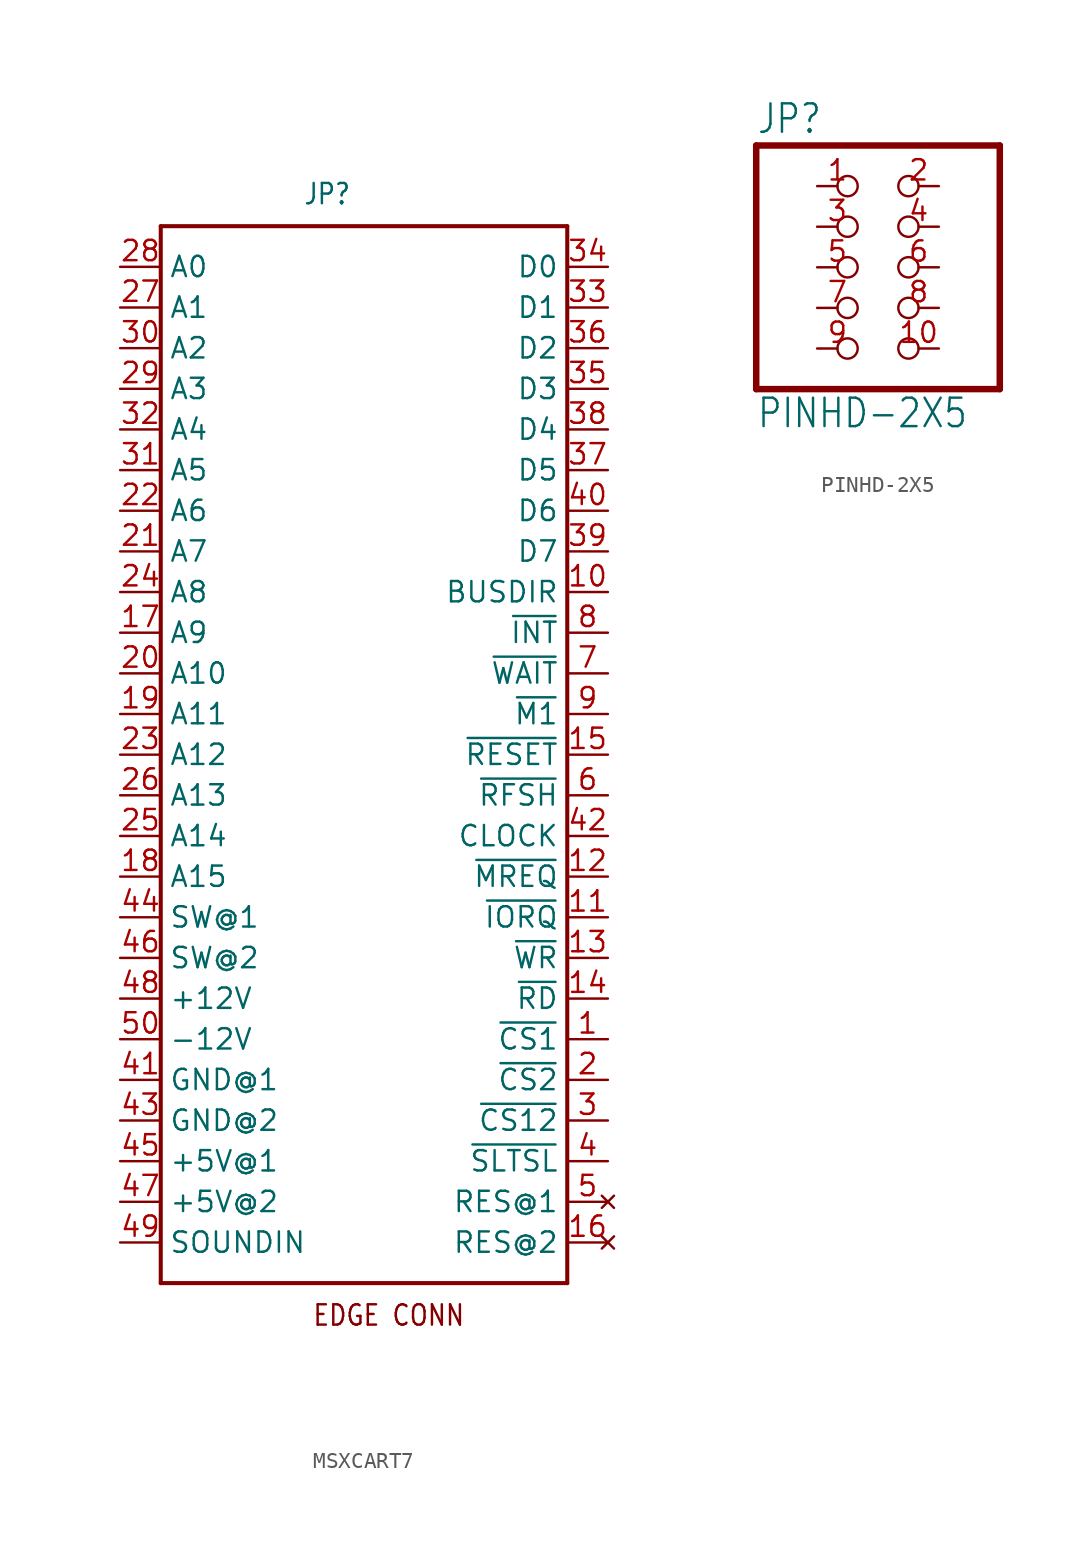
<source format=kicad_sym>
(kicad_symbol_lib
  (version 20211014)
  (generator kicad_symbol_editor)
  (symbol "MSXCART7"
    (property "Reference" "JP"
      (at -3.81 34.29 0)
      (effects (font (size 1.27 1.079)) (justify left bottom)))
    (property "ki_locked" ""
      (at 0 0 0)
      (effects (font (size 1.27 1.27))))
    (symbol "MSXCART7_1_0"
      (polyline (pts (xy -12.7 -33.02) (xy -12.7 33.02)) (stroke (width 0.254) (type default) (color 0 0 0 0)) (fill (type none)))
      (polyline (pts (xy -12.7 33.02) (xy 12.7 33.02)) (stroke (width 0.254) (type default) (color 0 0 0 0)) (fill (type none)))
      (polyline (pts (xy 12.7 -33.02) (xy -12.7 -33.02)) (stroke (width 0.254) (type default) (color 0 0 0 0)) (fill (type none)))
      (polyline (pts (xy 12.7 33.02) (xy 12.7 -33.02)) (stroke (width 0.254) (type default) (color 0 0 0 0)) (fill (type none)))
      (text "EDGE CONN" (at 6.35 -34.29 0) (effects (font (size 1.27 1.079)) (justify right top)))
      (pin output line (at 15.24 -17.78 180) (length 2.54) (name "~{CS1}" (effects (font (size 1.27 1.27)))) (number "1" (effects (font (size 1.27 1.27)))))
      (pin input line (at 15.24 10.16 180) (length 2.54) (name "BUSDIR" (effects (font (size 1.27 1.27)))) (number "10" (effects (font (size 1.27 1.27)))))
      (pin output line (at 15.24 -10.16 180) (length 2.54) (name "~{IORQ}" (effects (font (size 1.27 1.27)))) (number "11" (effects (font (size 1.27 1.27)))))
      (pin output line (at 15.24 -7.62 180) (length 2.54) (name "~{MREQ}" (effects (font (size 1.27 1.27)))) (number "12" (effects (font (size 1.27 1.27)))))
      (pin output line (at 15.24 -12.7 180) (length 2.54) (name "~{WR}" (effects (font (size 1.27 1.27)))) (number "13" (effects (font (size 1.27 1.27)))))
      (pin output line (at 15.24 -15.24 180) (length 2.54) (name "~{RD}" (effects (font (size 1.27 1.27)))) (number "14" (effects (font (size 1.27 1.27)))))
      (pin output line (at 15.24 0 180) (length 2.54) (name "~{RESET}" (effects (font (size 1.27 1.27)))) (number "15" (effects (font (size 1.27 1.27)))))
      (pin no_connect line (at 15.24 -30.48 180) (length 2.54) (name "RES@2" (effects (font (size 1.27 1.27)))) (number "16" (effects (font (size 1.27 1.27)))))
      (pin output line (at -15.24 7.62 0) (length 2.54) (name "A9" (effects (font (size 1.27 1.27)))) (number "17" (effects (font (size 1.27 1.27)))))
      (pin output line (at -15.24 -7.62 0) (length 2.54) (name "A15" (effects (font (size 1.27 1.27)))) (number "18" (effects (font (size 1.27 1.27)))))
      (pin output line (at -15.24 2.54 0) (length 2.54) (name "A11" (effects (font (size 1.27 1.27)))) (number "19" (effects (font (size 1.27 1.27)))))
      (pin output line (at 15.24 -20.32 180) (length 2.54) (name "~{CS2}" (effects (font (size 1.27 1.27)))) (number "2" (effects (font (size 1.27 1.27)))))
      (pin output line (at -15.24 5.08 0) (length 2.54) (name "A10" (effects (font (size 1.27 1.27)))) (number "20" (effects (font (size 1.27 1.27)))))
      (pin output line (at -15.24 12.7 0) (length 2.54) (name "A7" (effects (font (size 1.27 1.27)))) (number "21" (effects (font (size 1.27 1.27)))))
      (pin output line (at -15.24 15.24 0) (length 2.54) (name "A6" (effects (font (size 1.27 1.27)))) (number "22" (effects (font (size 1.27 1.27)))))
      (pin output line (at -15.24 0 0) (length 2.54) (name "A12" (effects (font (size 1.27 1.27)))) (number "23" (effects (font (size 1.27 1.27)))))
      (pin output line (at -15.24 10.16 0) (length 2.54) (name "A8" (effects (font (size 1.27 1.27)))) (number "24" (effects (font (size 1.27 1.27)))))
      (pin output line (at -15.24 -5.08 0) (length 2.54) (name "A14" (effects (font (size 1.27 1.27)))) (number "25" (effects (font (size 1.27 1.27)))))
      (pin output line (at -15.24 -2.54 0) (length 2.54) (name "A13" (effects (font (size 1.27 1.27)))) (number "26" (effects (font (size 1.27 1.27)))))
      (pin output line (at -15.24 27.94 0) (length 2.54) (name "A1" (effects (font (size 1.27 1.27)))) (number "27" (effects (font (size 1.27 1.27)))))
      (pin output line (at -15.24 30.48 0) (length 2.54) (name "A0" (effects (font (size 1.27 1.27)))) (number "28" (effects (font (size 1.27 1.27)))))
      (pin output line (at -15.24 22.86 0) (length 2.54) (name "A3" (effects (font (size 1.27 1.27)))) (number "29" (effects (font (size 1.27 1.27)))))
      (pin output line (at 15.24 -22.86 180) (length 2.54) (name "~{CS12}" (effects (font (size 1.27 1.27)))) (number "3" (effects (font (size 1.27 1.27)))))
      (pin output line (at -15.24 25.4 0) (length 2.54) (name "A2" (effects (font (size 1.27 1.27)))) (number "30" (effects (font (size 1.27 1.27)))))
      (pin output line (at -15.24 17.78 0) (length 2.54) (name "A5" (effects (font (size 1.27 1.27)))) (number "31" (effects (font (size 1.27 1.27)))))
      (pin output line (at -15.24 20.32 0) (length 2.54) (name "A4" (effects (font (size 1.27 1.27)))) (number "32" (effects (font (size 1.27 1.27)))))
      (pin bidirectional line (at 15.24 27.94 180) (length 2.54) (name "D1" (effects (font (size 1.27 1.27)))) (number "33" (effects (font (size 1.27 1.27)))))
      (pin bidirectional line (at 15.24 30.48 180) (length 2.54) (name "D0" (effects (font (size 1.27 1.27)))) (number "34" (effects (font (size 1.27 1.27)))))
      (pin bidirectional line (at 15.24 22.86 180) (length 2.54) (name "D3" (effects (font (size 1.27 1.27)))) (number "35" (effects (font (size 1.27 1.27)))))
      (pin bidirectional line (at 15.24 25.4 180) (length 2.54) (name "D2" (effects (font (size 1.27 1.27)))) (number "36" (effects (font (size 1.27 1.27)))))
      (pin bidirectional line (at 15.24 17.78 180) (length 2.54) (name "D5" (effects (font (size 1.27 1.27)))) (number "37" (effects (font (size 1.27 1.27)))))
      (pin bidirectional line (at 15.24 20.32 180) (length 2.54) (name "D4" (effects (font (size 1.27 1.27)))) (number "38" (effects (font (size 1.27 1.27)))))
      (pin bidirectional line (at 15.24 12.7 180) (length 2.54) (name "D7" (effects (font (size 1.27 1.27)))) (number "39" (effects (font (size 1.27 1.27)))))
      (pin output line (at 15.24 -25.4 180) (length 2.54) (name "~{SLTSL}" (effects (font (size 1.27 1.27)))) (number "4" (effects (font (size 1.27 1.27)))))
      (pin bidirectional line (at 15.24 15.24 180) (length 2.54) (name "D6" (effects (font (size 1.27 1.27)))) (number "40" (effects (font (size 1.27 1.27)))))
      (pin power_in line (at -15.24 -20.32 0) (length 2.54) (name "GND@1" (effects (font (size 1.27 1.27)))) (number "41" (effects (font (size 1.27 1.27)))))
      (pin output line (at 15.24 -5.08 180) (length 2.54) (name "CLOCK" (effects (font (size 1.27 1.27)))) (number "42" (effects (font (size 1.27 1.27)))))
      (pin power_in line (at -15.24 -22.86 0) (length 2.54) (name "GND@2" (effects (font (size 1.27 1.27)))) (number "43" (effects (font (size 1.27 1.27)))))
      (pin passive line (at -15.24 -10.16 0) (length 2.54) (name "SW@1" (effects (font (size 1.27 1.27)))) (number "44" (effects (font (size 1.27 1.27)))))
      (pin power_in line (at -15.24 -25.4 0) (length 2.54) (name "+5V@1" (effects (font (size 1.27 1.27)))) (number "45" (effects (font (size 1.27 1.27)))))
      (pin passive line (at -15.24 -12.7 0) (length 2.54) (name "SW@2" (effects (font (size 1.27 1.27)))) (number "46" (effects (font (size 1.27 1.27)))))
      (pin power_in line (at -15.24 -27.94 0) (length 2.54) (name "+5V@2" (effects (font (size 1.27 1.27)))) (number "47" (effects (font (size 1.27 1.27)))))
      (pin power_in line (at -15.24 -15.24 0) (length 2.54) (name "+12V" (effects (font (size 1.27 1.27)))) (number "48" (effects (font (size 1.27 1.27)))))
      (pin passive line (at -15.24 -30.48 0) (length 2.54) (name "SOUNDIN" (effects (font (size 1.27 1.27)))) (number "49" (effects (font (size 1.27 1.27)))))
      (pin no_connect line (at 15.24 -27.94 180) (length 2.54) (name "RES@1" (effects (font (size 1.27 1.27)))) (number "5" (effects (font (size 1.27 1.27)))))
      (pin power_in line (at -15.24 -17.78 0) (length 2.54) (name "-12V" (effects (font (size 1.27 1.27)))) (number "50" (effects (font (size 1.27 1.27)))))
      (pin output line (at 15.24 -2.54 180) (length 2.54) (name "~{RFSH}" (effects (font (size 1.27 1.27)))) (number "6" (effects (font (size 1.27 1.27)))))
      (pin open_collector line (at 15.24 5.08 180) (length 2.54) (name "~{WAIT}" (effects (font (size 1.27 1.27)))) (number "7" (effects (font (size 1.27 1.27)))))
      (pin open_collector line (at 15.24 7.62 180) (length 2.54) (name "~{INT}" (effects (font (size 1.27 1.27)))) (number "8" (effects (font (size 1.27 1.27)))))
      (pin output line (at 15.24 2.54 180) (length 2.54) (name "~{M1}" (effects (font (size 1.27 1.27)))) (number "9" (effects (font (size 1.27 1.27)))))))
  (symbol "PINHD-2X5"
    (property "Reference" "JP"
      (at -6.35 8.255 0)
      (effects (font (size 1.778 1.511)) (justify left bottom)))
    (property "Value" "PINHD-2X5"
      (at -6.35 -10.16 0)
      (effects (font (size 1.778 1.511)) (justify left bottom)))
    (property "ki_locked" ""
      (at 0 0 0)
      (effects (font (size 1.27 1.27))))
    (symbol "PINHD-2X5_1_0"
      (polyline (pts (xy -6.35 -7.62) (xy 8.89 -7.62)) (stroke (width 0.406) (type default) (color 0 0 0 0)) (fill (type none)))
      (polyline (pts (xy -6.35 7.62) (xy -6.35 -7.62)) (stroke (width 0.406) (type default) (color 0 0 0 0)) (fill (type none)))
      (polyline (pts (xy 8.89 -7.62) (xy 8.89 7.62)) (stroke (width 0.406) (type default) (color 0 0 0 0)) (fill (type none)))
      (polyline (pts (xy 8.89 7.62) (xy -6.35 7.62)) (stroke (width 0.406) (type default) (color 0 0 0 0)) (fill (type none)))
      (pin passive inverted (at -2.54 5.08 0) (length 2.54) (name "1" (effects (font (size 0 0)))) (number "1" (effects (font (size 1.27 1.27)))))
      (pin passive inverted (at 5.08 -5.08 180) (length 2.54) (name "10" (effects (font (size 0 0)))) (number "10" (effects (font (size 1.27 1.27)))))
      (pin passive inverted (at 5.08 5.08 180) (length 2.54) (name "2" (effects (font (size 0 0)))) (number "2" (effects (font (size 1.27 1.27)))))
      (pin passive inverted (at -2.54 2.54 0) (length 2.54) (name "3" (effects (font (size 0 0)))) (number "3" (effects (font (size 1.27 1.27)))))
      (pin passive inverted (at 5.08 2.54 180) (length 2.54) (name "4" (effects (font (size 0 0)))) (number "4" (effects (font (size 1.27 1.27)))))
      (pin passive inverted (at -2.54 0 0) (length 2.54) (name "5" (effects (font (size 0 0)))) (number "5" (effects (font (size 1.27 1.27)))))
      (pin passive inverted (at 5.08 0 180) (length 2.54) (name "6" (effects (font (size 0 0)))) (number "6" (effects (font (size 1.27 1.27)))))
      (pin passive inverted (at -2.54 -2.54 0) (length 2.54) (name "7" (effects (font (size 0 0)))) (number "7" (effects (font (size 1.27 1.27)))))
      (pin passive inverted (at 5.08 -2.54 180) (length 2.54) (name "8" (effects (font (size 0 0)))) (number "8" (effects (font (size 1.27 1.27)))))
      (pin passive inverted (at -2.54 -5.08 0) (length 2.54) (name "9" (effects (font (size 0 0)))) (number "9" (effects (font (size 1.27 1.27))))))))
</source>
